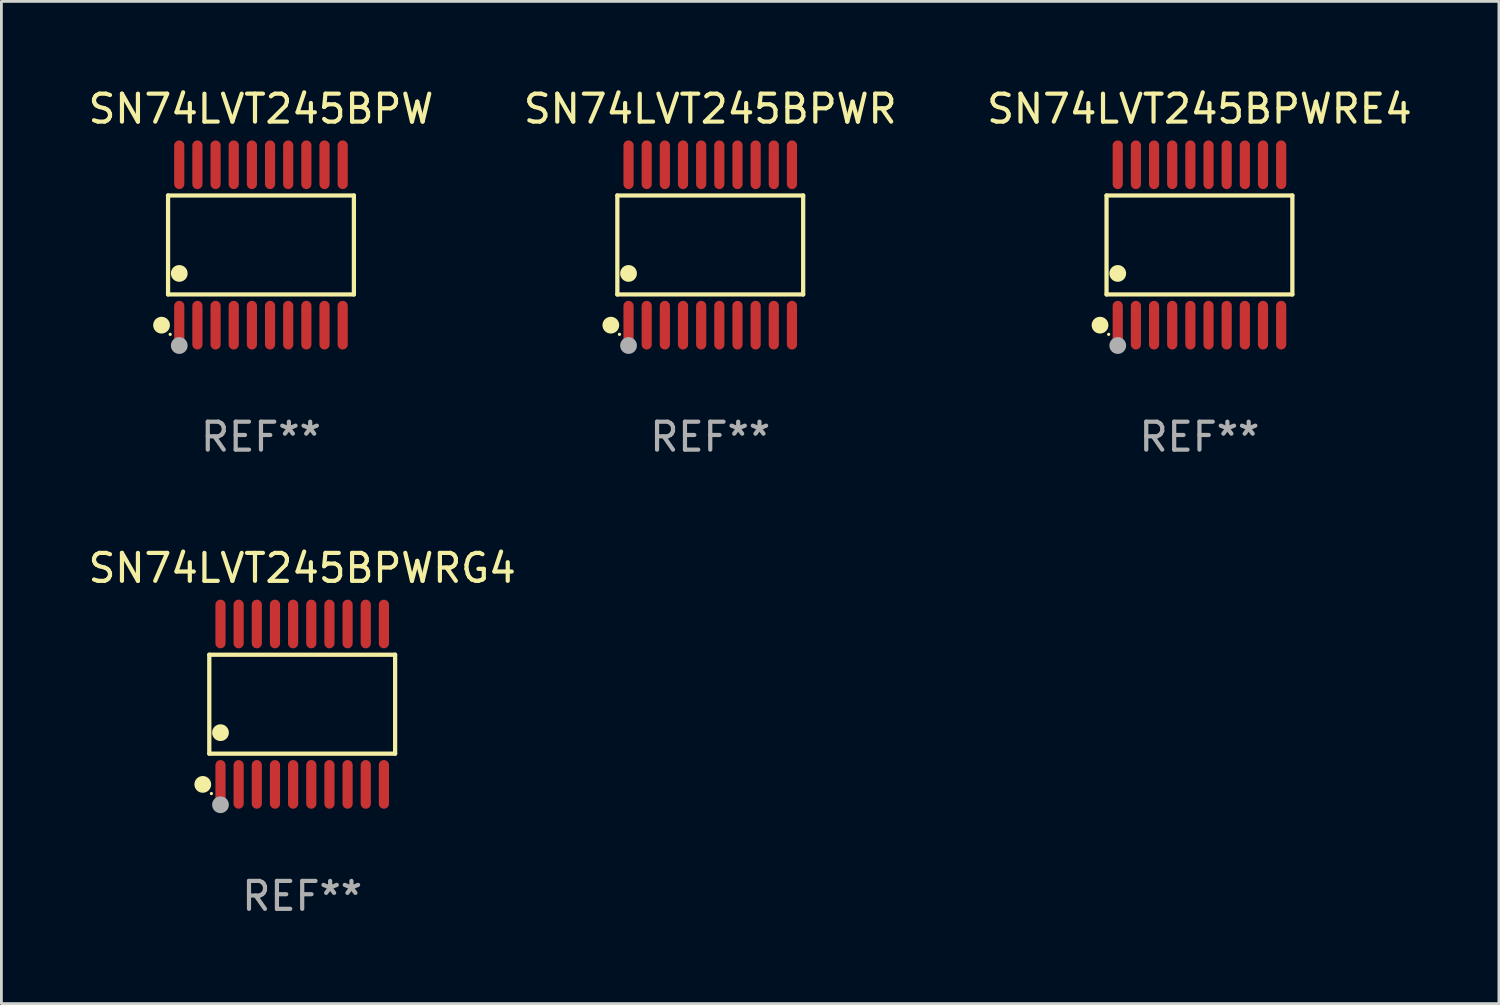
<source format=kicad_pcb>
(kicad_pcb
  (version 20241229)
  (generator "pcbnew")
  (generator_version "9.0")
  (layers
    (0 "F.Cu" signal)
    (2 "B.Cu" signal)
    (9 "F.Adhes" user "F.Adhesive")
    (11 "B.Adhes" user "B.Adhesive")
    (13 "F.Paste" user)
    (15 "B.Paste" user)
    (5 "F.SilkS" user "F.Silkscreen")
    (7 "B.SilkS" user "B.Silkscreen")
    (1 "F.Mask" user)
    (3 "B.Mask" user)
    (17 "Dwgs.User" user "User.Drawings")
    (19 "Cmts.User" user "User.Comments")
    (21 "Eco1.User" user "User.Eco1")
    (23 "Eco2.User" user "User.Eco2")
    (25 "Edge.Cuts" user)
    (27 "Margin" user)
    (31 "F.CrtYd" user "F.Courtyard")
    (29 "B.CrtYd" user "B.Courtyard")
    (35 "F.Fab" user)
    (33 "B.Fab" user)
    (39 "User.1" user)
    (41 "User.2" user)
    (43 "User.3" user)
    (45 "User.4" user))
  (footprint "SN74LVT245BPW"
    (layer "F.Cu")
    (at 6.292 5.719)
    (property "Reference" "SN74LVT245BPW" (at 0 -4.871 0) (layer "F.SilkS") (effects (font (size 1 1) (thickness 0.15))))
    (attr through_hole)
    (fp_line (start -3.326 -1.771) (end 3.326 -1.771) (stroke (width 0.152) (type solid)) (layer "F.SilkS"))
    (fp_line (start -3.326 1.771) (end -3.326 -1.771) (stroke (width 0.152) (type solid)) (layer "F.SilkS"))
    (fp_line (start 3.326 -1.771) (end 3.326 1.771) (stroke (width 0.152) (type solid)) (layer "F.SilkS"))
    (fp_line (start 3.326 1.771) (end -3.326 1.771) (stroke (width 0.152) (type solid)) (layer "F.SilkS"))
    (fp_circle (center -3.559 2.871) (end -3.409 2.871) (stroke (width 0.3) (type solid)) (fill no) (layer "F.SilkS"))
    (fp_circle (center -3.25 3.2) (end -3.22 3.2) (stroke (width 0.06) (type solid)) (fill no) (layer "F.SilkS"))
    (fp_circle (center -2.925 1.019) (end -2.775 1.019) (stroke (width 0.3) (type solid)) (fill no) (layer "F.SilkS"))
    (fp_circle (center -2.925 3.6) (end -2.775 3.6) (stroke (width 0.3) (type solid)) (fill no) (layer "F.Fab"))
    (fp_text user "REF**" (at 0 6.871 0) (layer "F.Fab") (effects (font (size 1 1) (thickness 0.15))))
    (pad "1" smd oval (at -2.925 2.871) (size 0.364 1.742) (layers "F.Cu" "F.Mask" "F.Paste"))
    (pad "2" smd oval (at -2.275 2.871) (size 0.364 1.742) (layers "F.Cu" "F.Mask" "F.Paste"))
    (pad "3" smd oval (at -1.625 2.871) (size 0.364 1.742) (layers "F.Cu" "F.Mask" "F.Paste"))
    (pad "4" smd oval (at -0.975 2.871) (size 0.364 1.742) (layers "F.Cu" "F.Mask" "F.Paste"))
    (pad "5" smd oval (at -0.325 2.871) (size 0.364 1.742) (layers "F.Cu" "F.Mask" "F.Paste"))
    (pad "6" smd oval (at 0.325 2.871) (size 0.364 1.742) (layers "F.Cu" "F.Mask" "F.Paste"))
    (pad "7" smd oval (at 0.975 2.871) (size 0.364 1.742) (layers "F.Cu" "F.Mask" "F.Paste"))
    (pad "8" smd oval (at 1.625 2.871) (size 0.364 1.742) (layers "F.Cu" "F.Mask" "F.Paste"))
    (pad "9" smd oval (at 2.275 2.871) (size 0.364 1.742) (layers "F.Cu" "F.Mask" "F.Paste"))
    (pad "10" smd oval (at 2.925 2.871) (size 0.364 1.742) (layers "F.Cu" "F.Mask" "F.Paste"))
    (pad "11" smd oval (at 2.925 -2.871) (size 0.364 1.742) (layers "F.Cu" "F.Mask" "F.Paste"))
    (pad "12" smd oval (at 2.275 -2.871) (size 0.364 1.742) (layers "F.Cu" "F.Mask" "F.Paste"))
    (pad "13" smd oval (at 1.625 -2.871) (size 0.364 1.742) (layers "F.Cu" "F.Mask" "F.Paste"))
    (pad "14" smd oval (at 0.975 -2.871) (size 0.364 1.742) (layers "F.Cu" "F.Mask" "F.Paste"))
    (pad "15" smd oval (at 0.325 -2.871) (size 0.364 1.742) (layers "F.Cu" "F.Mask" "F.Paste"))
    (pad "16" smd oval (at -0.325 -2.871) (size 0.364 1.742) (layers "F.Cu" "F.Mask" "F.Paste"))
    (pad "17" smd oval (at -0.975 -2.871) (size 0.364 1.742) (layers "F.Cu" "F.Mask" "F.Paste"))
    (pad "18" smd oval (at -1.625 -2.871) (size 0.364 1.742) (layers "F.Cu" "F.Mask" "F.Paste"))
    (pad "19" smd oval (at -2.275 -2.871) (size 0.364 1.742) (layers "F.Cu" "F.Mask" "F.Paste"))
    (pad "20" smd oval (at -2.925 -2.871) (size 0.364 1.742) (layers "F.Cu" "F.Mask" "F.Paste")))
  (footprint "SN74LVT245BPWRE4"
    (layer "F.Cu")
    (at 39.887 5.719)
    (property "Reference" "SN74LVT245BPWRE4" (at 0 -4.871 0) (layer "F.SilkS") (effects (font (size 1 1) (thickness 0.15))))
    (attr through_hole)
    (fp_line (start -3.326 -1.771) (end 3.326 -1.771) (stroke (width 0.152) (type solid)) (layer "F.SilkS"))
    (fp_line (start -3.326 1.771) (end -3.326 -1.771) (stroke (width 0.152) (type solid)) (layer "F.SilkS"))
    (fp_line (start 3.326 -1.771) (end 3.326 1.771) (stroke (width 0.152) (type solid)) (layer "F.SilkS"))
    (fp_line (start 3.326 1.771) (end -3.326 1.771) (stroke (width 0.152) (type solid)) (layer "F.SilkS"))
    (fp_circle (center -3.559 2.871) (end -3.409 2.871) (stroke (width 0.3) (type solid)) (fill no) (layer "F.SilkS"))
    (fp_circle (center -3.25 3.2) (end -3.22 3.2) (stroke (width 0.06) (type solid)) (fill no) (layer "F.SilkS"))
    (fp_circle (center -2.925 1.019) (end -2.775 1.019) (stroke (width 0.3) (type solid)) (fill no) (layer "F.SilkS"))
    (fp_circle (center -2.925 3.6) (end -2.775 3.6) (stroke (width 0.3) (type solid)) (fill no) (layer "F.Fab"))
    (fp_text user "REF**" (at 0 6.871 0) (layer "F.Fab") (effects (font (size 1 1) (thickness 0.15))))
    (pad "1" smd oval (at -2.925 2.871) (size 0.364 1.742) (layers "F.Cu" "F.Mask" "F.Paste"))
    (pad "2" smd oval (at -2.275 2.871) (size 0.364 1.742) (layers "F.Cu" "F.Mask" "F.Paste"))
    (pad "3" smd oval (at -1.625 2.871) (size 0.364 1.742) (layers "F.Cu" "F.Mask" "F.Paste"))
    (pad "4" smd oval (at -0.975 2.871) (size 0.364 1.742) (layers "F.Cu" "F.Mask" "F.Paste"))
    (pad "5" smd oval (at -0.325 2.871) (size 0.364 1.742) (layers "F.Cu" "F.Mask" "F.Paste"))
    (pad "6" smd oval (at 0.325 2.871) (size 0.364 1.742) (layers "F.Cu" "F.Mask" "F.Paste"))
    (pad "7" smd oval (at 0.975 2.871) (size 0.364 1.742) (layers "F.Cu" "F.Mask" "F.Paste"))
    (pad "8" smd oval (at 1.625 2.871) (size 0.364 1.742) (layers "F.Cu" "F.Mask" "F.Paste"))
    (pad "9" smd oval (at 2.275 2.871) (size 0.364 1.742) (layers "F.Cu" "F.Mask" "F.Paste"))
    (pad "10" smd oval (at 2.925 2.871) (size 0.364 1.742) (layers "F.Cu" "F.Mask" "F.Paste"))
    (pad "11" smd oval (at 2.925 -2.871) (size 0.364 1.742) (layers "F.Cu" "F.Mask" "F.Paste"))
    (pad "12" smd oval (at 2.275 -2.871) (size 0.364 1.742) (layers "F.Cu" "F.Mask" "F.Paste"))
    (pad "13" smd oval (at 1.625 -2.871) (size 0.364 1.742) (layers "F.Cu" "F.Mask" "F.Paste"))
    (pad "14" smd oval (at 0.975 -2.871) (size 0.364 1.742) (layers "F.Cu" "F.Mask" "F.Paste"))
    (pad "15" smd oval (at 0.325 -2.871) (size 0.364 1.742) (layers "F.Cu" "F.Mask" "F.Paste"))
    (pad "16" smd oval (at -0.325 -2.871) (size 0.364 1.742) (layers "F.Cu" "F.Mask" "F.Paste"))
    (pad "17" smd oval (at -0.975 -2.871) (size 0.364 1.742) (layers "F.Cu" "F.Mask" "F.Paste"))
    (pad "18" smd oval (at -1.625 -2.871) (size 0.364 1.742) (layers "F.Cu" "F.Mask" "F.Paste"))
    (pad "19" smd oval (at -2.275 -2.871) (size 0.364 1.742) (layers "F.Cu" "F.Mask" "F.Paste"))
    (pad "20" smd oval (at -2.925 -2.871) (size 0.364 1.742) (layers "F.Cu" "F.Mask" "F.Paste")))
  (footprint "SN74LVT245BPWRG4"
    (layer "F.Cu")
    (at 7.768 22.158)
    (property "Reference" "SN74LVT245BPWRG4" (at 0 -4.871 0) (layer "F.SilkS") (effects (font (size 1 1) (thickness 0.15))))
    (attr through_hole)
    (fp_line (start -3.326 -1.771) (end 3.326 -1.771) (stroke (width 0.152) (type solid)) (layer "F.SilkS"))
    (fp_line (start -3.326 1.771) (end -3.326 -1.771) (stroke (width 0.152) (type solid)) (layer "F.SilkS"))
    (fp_line (start 3.326 -1.771) (end 3.326 1.771) (stroke (width 0.152) (type solid)) (layer "F.SilkS"))
    (fp_line (start 3.326 1.771) (end -3.326 1.771) (stroke (width 0.152) (type solid)) (layer "F.SilkS"))
    (fp_circle (center -3.559 2.871) (end -3.409 2.871) (stroke (width 0.3) (type solid)) (fill no) (layer "F.SilkS"))
    (fp_circle (center -3.25 3.2) (end -3.22 3.2) (stroke (width 0.06) (type solid)) (fill no) (layer "F.SilkS"))
    (fp_circle (center -2.925 1.019) (end -2.775 1.019) (stroke (width 0.3) (type solid)) (fill no) (layer "F.SilkS"))
    (fp_circle (center -2.925 3.6) (end -2.775 3.6) (stroke (width 0.3) (type solid)) (fill no) (layer "F.Fab"))
    (fp_text user "REF**" (at 0 6.871 0) (layer "F.Fab") (effects (font (size 1 1) (thickness 0.15))))
    (pad "1" smd oval (at -2.925 2.871) (size 0.364 1.742) (layers "F.Cu" "F.Mask" "F.Paste"))
    (pad "2" smd oval (at -2.275 2.871) (size 0.364 1.742) (layers "F.Cu" "F.Mask" "F.Paste"))
    (pad "3" smd oval (at -1.625 2.871) (size 0.364 1.742) (layers "F.Cu" "F.Mask" "F.Paste"))
    (pad "4" smd oval (at -0.975 2.871) (size 0.364 1.742) (layers "F.Cu" "F.Mask" "F.Paste"))
    (pad "5" smd oval (at -0.325 2.871) (size 0.364 1.742) (layers "F.Cu" "F.Mask" "F.Paste"))
    (pad "6" smd oval (at 0.325 2.871) (size 0.364 1.742) (layers "F.Cu" "F.Mask" "F.Paste"))
    (pad "7" smd oval (at 0.975 2.871) (size 0.364 1.742) (layers "F.Cu" "F.Mask" "F.Paste"))
    (pad "8" smd oval (at 1.625 2.871) (size 0.364 1.742) (layers "F.Cu" "F.Mask" "F.Paste"))
    (pad "9" smd oval (at 2.275 2.871) (size 0.364 1.742) (layers "F.Cu" "F.Mask" "F.Paste"))
    (pad "10" smd oval (at 2.925 2.871) (size 0.364 1.742) (layers "F.Cu" "F.Mask" "F.Paste"))
    (pad "11" smd oval (at 2.925 -2.871) (size 0.364 1.742) (layers "F.Cu" "F.Mask" "F.Paste"))
    (pad "12" smd oval (at 2.275 -2.871) (size 0.364 1.742) (layers "F.Cu" "F.Mask" "F.Paste"))
    (pad "13" smd oval (at 1.625 -2.871) (size 0.364 1.742) (layers "F.Cu" "F.Mask" "F.Paste"))
    (pad "14" smd oval (at 0.975 -2.871) (size 0.364 1.742) (layers "F.Cu" "F.Mask" "F.Paste"))
    (pad "15" smd oval (at 0.325 -2.871) (size 0.364 1.742) (layers "F.Cu" "F.Mask" "F.Paste"))
    (pad "16" smd oval (at -0.325 -2.871) (size 0.364 1.742) (layers "F.Cu" "F.Mask" "F.Paste"))
    (pad "17" smd oval (at -0.975 -2.871) (size 0.364 1.742) (layers "F.Cu" "F.Mask" "F.Paste"))
    (pad "18" smd oval (at -1.625 -2.871) (size 0.364 1.742) (layers "F.Cu" "F.Mask" "F.Paste"))
    (pad "19" smd oval (at -2.275 -2.871) (size 0.364 1.742) (layers "F.Cu" "F.Mask" "F.Paste"))
    (pad "20" smd oval (at -2.925 -2.871) (size 0.364 1.742) (layers "F.Cu" "F.Mask" "F.Paste")))
  (footprint "SN74LVT245BPWR"
    (layer "F.Cu")
    (at 22.375 5.719)
    (property "Reference" "SN74LVT245BPWR" (at 0 -4.871 0) (layer "F.SilkS") (effects (font (size 1 1) (thickness 0.15))))
    (attr through_hole)
    (fp_line (start -3.326 -1.771) (end 3.326 -1.771) (stroke (width 0.152) (type solid)) (layer "F.SilkS"))
    (fp_line (start -3.326 1.771) (end -3.326 -1.771) (stroke (width 0.152) (type solid)) (layer "F.SilkS"))
    (fp_line (start 3.326 -1.771) (end 3.326 1.771) (stroke (width 0.152) (type solid)) (layer "F.SilkS"))
    (fp_line (start 3.326 1.771) (end -3.326 1.771) (stroke (width 0.152) (type solid)) (layer "F.SilkS"))
    (fp_circle (center -3.559 2.871) (end -3.409 2.871) (stroke (width 0.3) (type solid)) (fill no) (layer "F.SilkS"))
    (fp_circle (center -3.25 3.2) (end -3.22 3.2) (stroke (width 0.06) (type solid)) (fill no) (layer "F.SilkS"))
    (fp_circle (center -2.925 1.019) (end -2.775 1.019) (stroke (width 0.3) (type solid)) (fill no) (layer "F.SilkS"))
    (fp_circle (center -2.925 3.6) (end -2.775 3.6) (stroke (width 0.3) (type solid)) (fill no) (layer "F.Fab"))
    (fp_text user "REF**" (at 0 6.871 0) (layer "F.Fab") (effects (font (size 1 1) (thickness 0.15))))
    (pad "1" smd oval (at -2.925 2.871) (size 0.364 1.742) (layers "F.Cu" "F.Mask" "F.Paste"))
    (pad "2" smd oval (at -2.275 2.871) (size 0.364 1.742) (layers "F.Cu" "F.Mask" "F.Paste"))
    (pad "3" smd oval (at -1.625 2.871) (size 0.364 1.742) (layers "F.Cu" "F.Mask" "F.Paste"))
    (pad "4" smd oval (at -0.975 2.871) (size 0.364 1.742) (layers "F.Cu" "F.Mask" "F.Paste"))
    (pad "5" smd oval (at -0.325 2.871) (size 0.364 1.742) (layers "F.Cu" "F.Mask" "F.Paste"))
    (pad "6" smd oval (at 0.325 2.871) (size 0.364 1.742) (layers "F.Cu" "F.Mask" "F.Paste"))
    (pad "7" smd oval (at 0.975 2.871) (size 0.364 1.742) (layers "F.Cu" "F.Mask" "F.Paste"))
    (pad "8" smd oval (at 1.625 2.871) (size 0.364 1.742) (layers "F.Cu" "F.Mask" "F.Paste"))
    (pad "9" smd oval (at 2.275 2.871) (size 0.364 1.742) (layers "F.Cu" "F.Mask" "F.Paste"))
    (pad "10" smd oval (at 2.925 2.871) (size 0.364 1.742) (layers "F.Cu" "F.Mask" "F.Paste"))
    (pad "11" smd oval (at 2.925 -2.871) (size 0.364 1.742) (layers "F.Cu" "F.Mask" "F.Paste"))
    (pad "12" smd oval (at 2.275 -2.871) (size 0.364 1.742) (layers "F.Cu" "F.Mask" "F.Paste"))
    (pad "13" smd oval (at 1.625 -2.871) (size 0.364 1.742) (layers "F.Cu" "F.Mask" "F.Paste"))
    (pad "14" smd oval (at 0.975 -2.871) (size 0.364 1.742) (layers "F.Cu" "F.Mask" "F.Paste"))
    (pad "15" smd oval (at 0.325 -2.871) (size 0.364 1.742) (layers "F.Cu" "F.Mask" "F.Paste"))
    (pad "16" smd oval (at -0.325 -2.871) (size 0.364 1.742) (layers "F.Cu" "F.Mask" "F.Paste"))
    (pad "17" smd oval (at -0.975 -2.871) (size 0.364 1.742) (layers "F.Cu" "F.Mask" "F.Paste"))
    (pad "18" smd oval (at -1.625 -2.871) (size 0.364 1.742) (layers "F.Cu" "F.Mask" "F.Paste"))
    (pad "19" smd oval (at -2.275 -2.871) (size 0.364 1.742) (layers "F.Cu" "F.Mask" "F.Paste"))
    (pad "20" smd oval (at -2.925 -2.871) (size 0.364 1.742) (layers "F.Cu" "F.Mask" "F.Paste")))
  (gr_rect
    (start -3 -3)
    (end 50.607 32.877)
    (stroke (width 0.1) (type default))
    (fill no)
    (layer "Edge.Cuts")))
</source>
